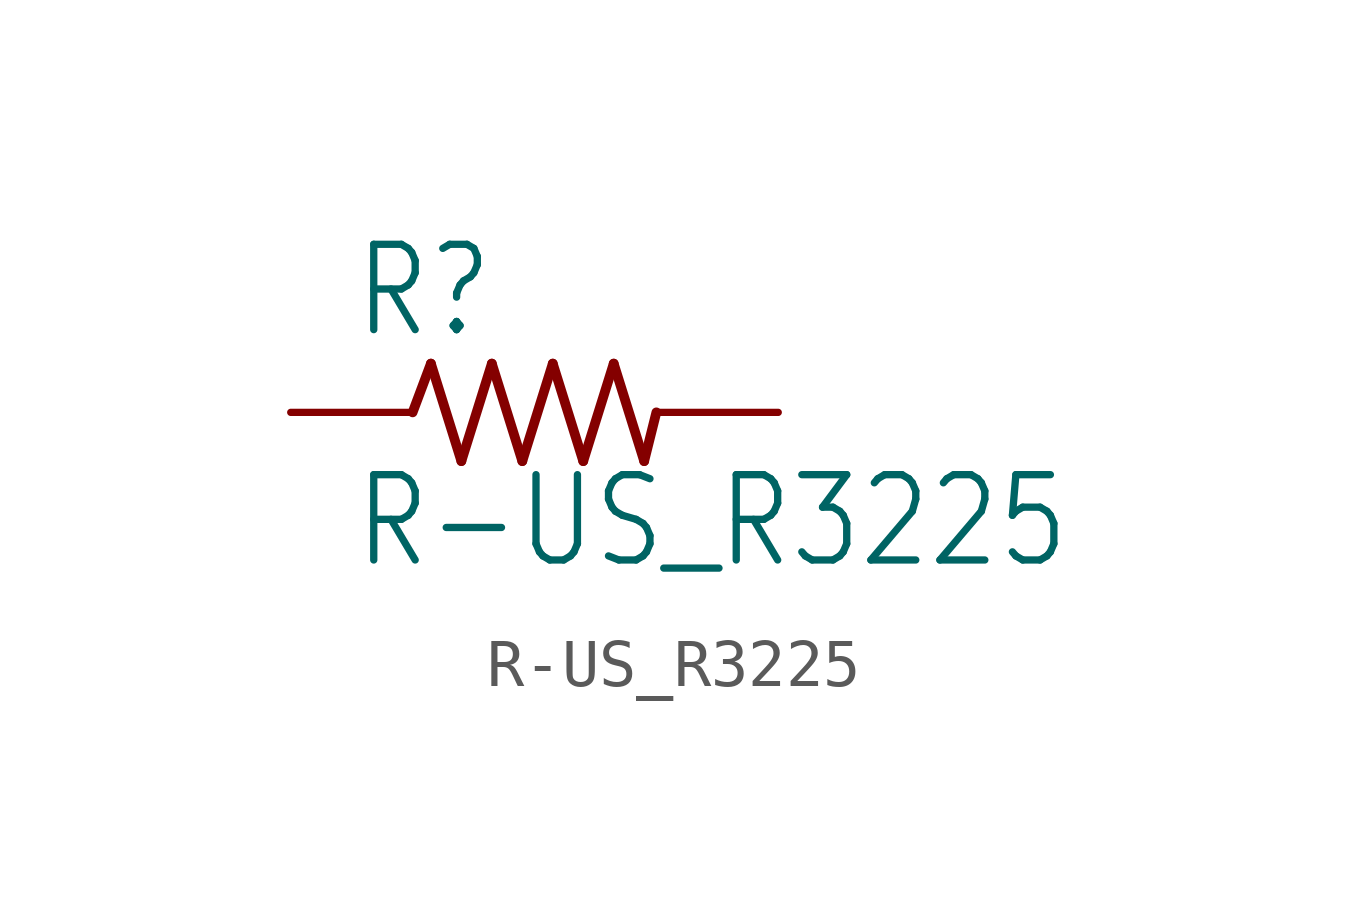
<source format=kicad_sym>
(kicad_symbol_lib
  (version 20211014)
  (generator kicad_symbol_editor)
  (symbol "R-US_R3225"
    (property "Reference" "R"
      (at -3.81 1.499 0)
      (effects (font (size 1.778 1.511)) (justify left bottom)))
    (property "Value" "R-US_R3225"
      (at -3.81 -3.302 0)
      (effects (font (size 1.778 1.511)) (justify left bottom)))
    (property "ki_locked" ""
      (at 0 0 0)
      (effects (font (size 1.27 1.27))))
    (symbol "R-US_R3225_1_0"
      (polyline (pts (xy -2.54 0) (xy -2.159 1.016)) (stroke (width 0.203) (type default) (color 0 0 0 0)) (fill (type none)))
      (polyline (pts (xy -2.159 1.016) (xy -1.524 -1.016)) (stroke (width 0.203) (type default) (color 0 0 0 0)) (fill (type none)))
      (polyline (pts (xy -1.524 -1.016) (xy -0.889 1.016)) (stroke (width 0.203) (type default) (color 0 0 0 0)) (fill (type none)))
      (polyline (pts (xy -0.889 1.016) (xy -0.254 -1.016)) (stroke (width 0.203) (type default) (color 0 0 0 0)) (fill (type none)))
      (polyline (pts (xy -0.254 -1.016) (xy 0.381 1.016)) (stroke (width 0.203) (type default) (color 0 0 0 0)) (fill (type none)))
      (polyline (pts (xy 0.381 1.016) (xy 1.016 -1.016)) (stroke (width 0.203) (type default) (color 0 0 0 0)) (fill (type none)))
      (polyline (pts (xy 1.016 -1.016) (xy 1.651 1.016)) (stroke (width 0.203) (type default) (color 0 0 0 0)) (fill (type none)))
      (polyline (pts (xy 1.651 1.016) (xy 2.286 -1.016)) (stroke (width 0.203) (type default) (color 0 0 0 0)) (fill (type none)))
      (polyline (pts (xy 2.286 -1.016) (xy 2.54 0)) (stroke (width 0.203) (type default) (color 0 0 0 0)) (fill (type none)))
      (pin passive line (at -5.08 0 0) (length 2.54) (name "1" (effects (font (size 0 0)))) (number "1" (effects (font (size 0 0)))))
      (pin passive line (at 5.08 0 180) (length 2.54) (name "2" (effects (font (size 0 0)))) (number "2" (effects (font (size 0 0))))))))
</source>
